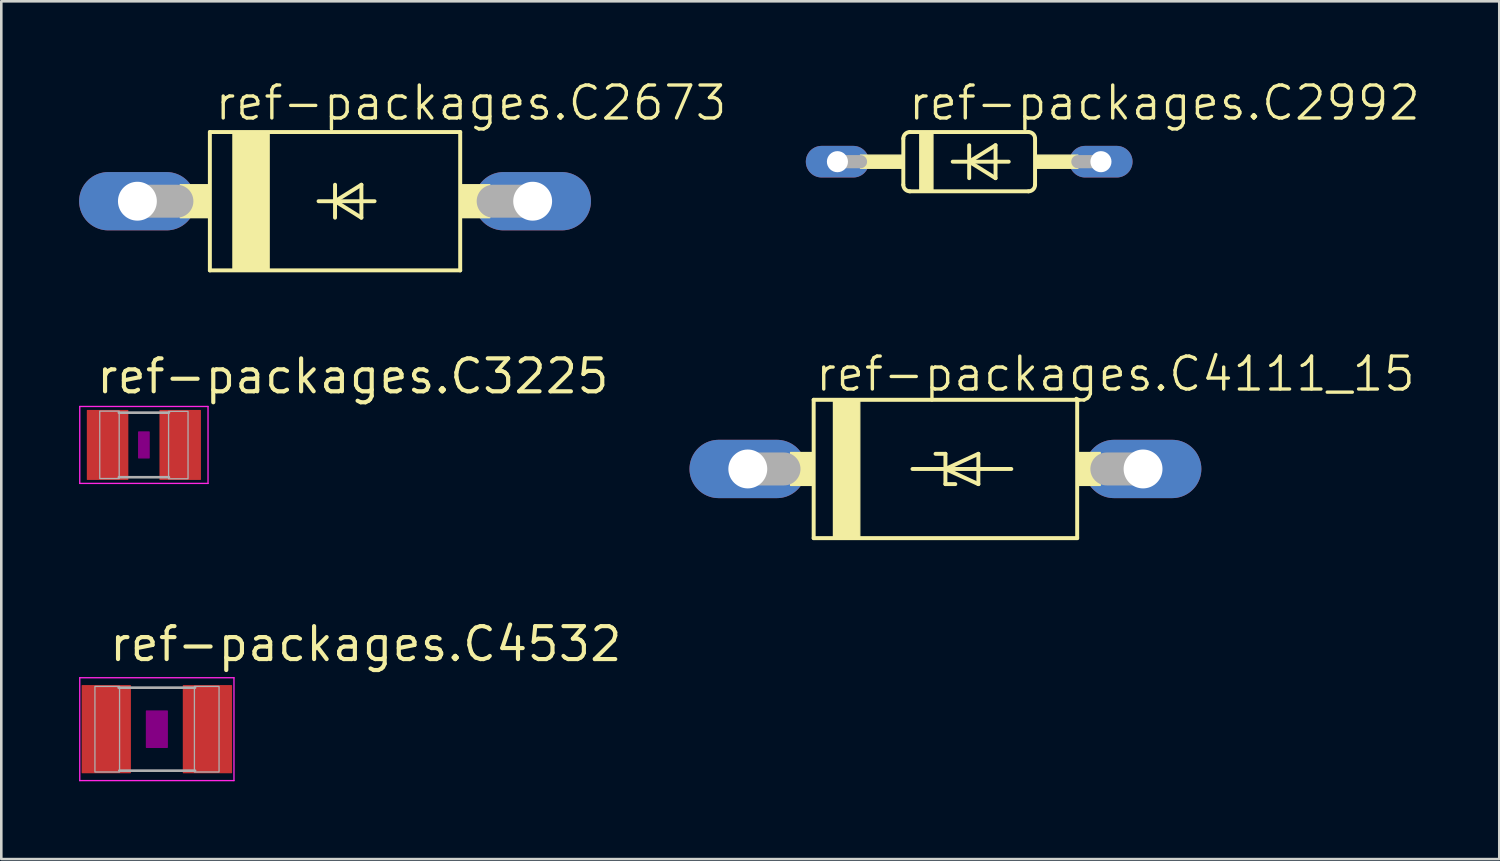
<source format=kicad_pcb>
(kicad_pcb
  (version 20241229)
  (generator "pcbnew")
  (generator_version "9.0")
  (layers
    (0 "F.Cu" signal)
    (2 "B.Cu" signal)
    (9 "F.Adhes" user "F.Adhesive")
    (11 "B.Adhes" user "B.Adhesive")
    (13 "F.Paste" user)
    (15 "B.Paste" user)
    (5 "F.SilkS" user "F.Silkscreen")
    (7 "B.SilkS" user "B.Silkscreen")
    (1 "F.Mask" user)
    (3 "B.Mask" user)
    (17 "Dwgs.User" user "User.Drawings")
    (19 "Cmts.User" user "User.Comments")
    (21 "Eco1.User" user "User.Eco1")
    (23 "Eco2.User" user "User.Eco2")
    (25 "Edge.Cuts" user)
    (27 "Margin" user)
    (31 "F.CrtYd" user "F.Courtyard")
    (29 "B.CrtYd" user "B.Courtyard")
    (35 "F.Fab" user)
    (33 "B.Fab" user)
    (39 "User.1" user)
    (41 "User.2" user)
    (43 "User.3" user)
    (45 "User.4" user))
  (footprint "ref-packages.C4111_15"
    (layer "F.Cu")
    (at 33.403 15.032)
    (property "Reference" "ref-packages.C4111_15" (at -5.08 -2.921 0) (layer "F.SilkS") (effects (font (size 1.27 1.27) (thickness 0.13)) (justify left bottom)))
    (attr through_hole)
    (fp_line (start -5.08 -2.667) (end 5.08 -2.667) (stroke (width 0.152) (type default)) (layer "F.SilkS"))
    (fp_line (start -5.08 2.667) (end -5.08 -2.667) (stroke (width 0.152) (type default)) (layer "F.SilkS"))
    (fp_line (start -1.27 0) (end 0 0) (stroke (width 0.152) (type default)) (layer "F.SilkS"))
    (fp_line (start -0.381 -0.584) (end 0 -0.584) (stroke (width 0.152) (type default)) (layer "F.SilkS"))
    (fp_line (start 0 -0.584) (end 0 0) (stroke (width 0.152) (type default)) (layer "F.SilkS"))
    (fp_line (start 0 0) (end 0 0.584) (stroke (width 0.152) (type default)) (layer "F.SilkS"))
    (fp_line (start 0 0) (end 1.27 -0.584) (stroke (width 0.152) (type default)) (layer "F.SilkS"))
    (fp_line (start 0 0) (end 2.54 0) (stroke (width 0.152) (type default)) (layer "F.SilkS"))
    (fp_line (start 0 0.584) (end 0.381 0.584) (stroke (width 0.152) (type default)) (layer "F.SilkS"))
    (fp_line (start 1.27 -0.584) (end 1.27 0.584) (stroke (width 0.152) (type default)) (layer "F.SilkS"))
    (fp_line (start 1.27 0.584) (end 0 0) (stroke (width 0.152) (type default)) (layer "F.SilkS"))
    (fp_line (start 5.08 -2.667) (end 5.08 2.667) (stroke (width 0.152) (type default)) (layer "F.SilkS"))
    (fp_line (start 5.08 2.667) (end -5.08 2.667) (stroke (width 0.152) (type default)) (layer "F.SilkS"))
    (fp_rect (start -5.969 0.635) (end -5.08 -0.635) (stroke (width 0.05) (type default)) (fill yes) (layer "F.SilkS"))
    (fp_rect (start -4.318 2.667) (end -3.302 -2.667) (stroke (width 0.05) (type default)) (fill yes) (layer "F.SilkS"))
    (fp_rect (start 5.08 0.635) (end 5.969 -0.635) (stroke (width 0.05) (type default)) (fill yes) (layer "F.SilkS"))
    (fp_line (start -7.62 0) (end -6.223 0) (stroke (width 1.27) (type default)) (layer "F.Fab"))
    (fp_line (start 7.62 0) (end 6.223 0) (stroke (width 1.27) (type default)) (layer "F.Fab"))
    (pad "A" thru_hole oval (at 7.62 0) (size 4.496 2.248) (drill 1.499) (layers "*.Cu" "*.Mask"))
    (pad "C" thru_hole oval (at -7.62 0) (size 4.496 2.248) (drill 1.499) (layers "*.Cu" "*.Mask")))
  (footprint "ref-packages.C4532"
    (layer "F.Cu")
    (at 2.998 25.065)
    (property "Reference" "ref-packages.C4532" (at -1.905 -2.54 0) (layer "F.SilkS") (effects (font (size 1.27 1.27) (thickness 0.16)) (justify left bottom)))
    (attr smd)
    (fp_rect (start -0.4 0.7) (end 0.4 -0.7) (stroke (width 0.05) (type default)) (fill yes) (layer "F.Adhes"))
    (fp_line (start -2.973 -1.983) (end 2.973 -1.983) (stroke (width 0.051) (type default)) (layer "F.CrtYd"))
    (fp_line (start -2.973 1.983) (end -2.973 -1.983) (stroke (width 0.051) (type default)) (layer "F.CrtYd"))
    (fp_line (start 2.973 -1.983) (end 2.973 1.983) (stroke (width 0.051) (type default)) (layer "F.CrtYd"))
    (fp_line (start 2.973 1.983) (end -2.973 1.983) (stroke (width 0.051) (type default)) (layer "F.CrtYd"))
    (fp_line (start -1.473 -1.6) (end 1.473 -1.6) (stroke (width 0.102) (type default)) (layer "F.Fab"))
    (fp_line (start -1.448 1.6) (end 1.473 1.6) (stroke (width 0.102) (type default)) (layer "F.Fab"))
    (fp_rect (start -2.388 1.651) (end -1.438 -1.649) (stroke (width 0.05) (type default)) (fill no) (layer "F.Fab"))
    (fp_rect (start 1.448 1.651) (end 2.398 -1.649) (stroke (width 0.05) (type default)) (fill no) (layer "F.Fab"))
    (pad "1" smd roundrect (at -1.95 0) (size 1.9 3.4) (layers "F.Cu" "F.Mask" "F.Paste") (roundrect_rratio 0.01))
    (pad "2" smd roundrect (at 1.95 0) (size 1.9 3.4) (layers "F.Cu" "F.Mask" "F.Paste") (roundrect_rratio 0.01)))
  (footprint "ref-packages.C2992"
    (layer "F.Cu")
    (at 34.319 3.184)
    (property "Reference" "ref-packages.C2992" (at -2.413 -1.524 0) (layer "F.SilkS") (effects (font (size 1.27 1.27) (thickness 0.13)) (justify left bottom)))
    (attr through_hole)
    (fp_line (start -2.54 -0.889) (end -2.54 0.889) (stroke (width 0.152) (type default)) (layer "F.SilkS"))
    (fp_line (start -2.286 -1.143) (end 2.286 -1.143) (stroke (width 0.152) (type default)) (layer "F.SilkS"))
    (fp_line (start -2.286 1.143) (end 2.286 1.143) (stroke (width 0.152) (type default)) (layer "F.SilkS"))
    (fp_line (start -0.635 0) (end 0 0) (stroke (width 0.152) (type default)) (layer "F.SilkS"))
    (fp_line (start 0 -0.635) (end 0 0) (stroke (width 0.152) (type default)) (layer "F.SilkS"))
    (fp_line (start 0 0) (end 0 0.635) (stroke (width 0.152) (type default)) (layer "F.SilkS"))
    (fp_line (start 0 0) (end 1.016 -0.635) (stroke (width 0.152) (type default)) (layer "F.SilkS"))
    (fp_line (start 0 0) (end 1.524 0) (stroke (width 0.152) (type default)) (layer "F.SilkS"))
    (fp_line (start 1.016 -0.635) (end 1.016 0.635) (stroke (width 0.152) (type default)) (layer "F.SilkS"))
    (fp_line (start 1.016 0.635) (end 0 0) (stroke (width 0.152) (type default)) (layer "F.SilkS"))
    (fp_line (start 2.54 0.889) (end 2.54 -0.889) (stroke (width 0.152) (type default)) (layer "F.SilkS"))
    (fp_rect (start -4.191 0.254) (end -2.54 -0.254) (stroke (width 0.05) (type default)) (fill yes) (layer "F.SilkS"))
    (fp_rect (start -1.905 1.143) (end -1.397 -1.143) (stroke (width 0.05) (type default)) (fill yes) (layer "F.SilkS"))
    (fp_rect (start 2.54 0.254) (end 4.191 -0.254) (stroke (width 0.05) (type default)) (fill yes) (layer "F.SilkS"))
    (fp_arc (start -2.54 -0.889) (mid -2.465605 -1.068605) (end -2.286 -1.143) (stroke (width 0.1524) (type default)) (layer "F.SilkS"))
    (fp_arc (start -2.286 1.143) (mid -2.465605 1.068605) (end -2.54 0.889) (stroke (width 0.1524) (type default)) (layer "F.SilkS"))
    (fp_arc (start 2.286 -1.143) (mid 2.465605 -1.068605) (end 2.54 -0.889) (stroke (width 0.1524) (type default)) (layer "F.SilkS"))
    (fp_arc (start 2.54 0.889) (mid 2.465605 1.068605) (end 2.286 1.143) (stroke (width 0.1524) (type default)) (layer "F.SilkS"))
    (fp_line (start -5.08 0) (end -4.191 0) (stroke (width 0.508) (type default)) (layer "F.Fab"))
    (fp_line (start 5.08 0) (end 4.191 0) (stroke (width 0.508) (type default)) (layer "F.Fab"))
    (pad "A" thru_hole oval (at 5.08 0) (size 2.438 1.219) (drill 0.813) (layers "*.Cu" "*.Mask"))
    (pad "C" thru_hole oval (at -5.08 0) (size 2.438 1.219) (drill 0.813) (layers "*.Cu" "*.Mask")))
  (footprint "ref-packages.C2673"
    (layer "F.Cu")
    (at 9.868 4.708)
    (property "Reference" "ref-packages.C2673" (at -4.699 -3.048 0) (layer "F.SilkS") (effects (font (size 1.27 1.27) (thickness 0.13)) (justify left bottom)))
    (attr through_hole)
    (fp_line (start -4.826 -2.667) (end -4.826 2.667) (stroke (width 0.152) (type default)) (layer "F.SilkS"))
    (fp_line (start -4.826 -2.667) (end 4.826 -2.667) (stroke (width 0.152) (type default)) (layer "F.SilkS"))
    (fp_line (start -0.635 0) (end 0 0) (stroke (width 0.152) (type default)) (layer "F.SilkS"))
    (fp_line (start 0 -0.635) (end 0 0) (stroke (width 0.152) (type default)) (layer "F.SilkS"))
    (fp_line (start 0 0) (end 0 0.635) (stroke (width 0.152) (type default)) (layer "F.SilkS"))
    (fp_line (start 0 0) (end 1.016 -0.635) (stroke (width 0.152) (type default)) (layer "F.SilkS"))
    (fp_line (start 0 0) (end 1.524 0) (stroke (width 0.152) (type default)) (layer "F.SilkS"))
    (fp_line (start 1.016 -0.635) (end 1.016 0.635) (stroke (width 0.152) (type default)) (layer "F.SilkS"))
    (fp_line (start 1.016 0.635) (end 0 0) (stroke (width 0.152) (type default)) (layer "F.SilkS"))
    (fp_line (start 4.826 2.667) (end -4.826 2.667) (stroke (width 0.152) (type default)) (layer "F.SilkS"))
    (fp_line (start 4.826 2.667) (end 4.826 -2.667) (stroke (width 0.152) (type default)) (layer "F.SilkS"))
    (fp_rect (start -5.969 0.635) (end -4.826 -0.635) (stroke (width 0.05) (type default)) (fill yes) (layer "F.SilkS"))
    (fp_rect (start -3.937 2.667) (end -2.54 -2.667) (stroke (width 0.05) (type default)) (fill yes) (layer "F.SilkS"))
    (fp_rect (start 4.826 0.635) (end 5.969 -0.635) (stroke (width 0.05) (type default)) (fill yes) (layer "F.SilkS"))
    (fp_line (start -7.62 0) (end -6.096 0) (stroke (width 1.27) (type default)) (layer "F.Fab"))
    (fp_line (start 7.62 0) (end 6.096 0) (stroke (width 1.27) (type default)) (layer "F.Fab"))
    (pad "A" thru_hole oval (at 7.62 0) (size 4.496 2.248) (drill 1.499) (layers "*.Cu" "*.Mask"))
    (pad "C" thru_hole oval (at -7.62 0) (size 4.496 2.248) (drill 1.499) (layers "*.Cu" "*.Mask")))
  (footprint "ref-packages.C3225"
    (layer "F.Cu")
    (at 2.498 14.106)
    (property "Reference" "ref-packages.C3225" (at -1.905 -1.905 0) (layer "F.SilkS") (effects (font (size 1.27 1.27) (thickness 0.16)) (justify left bottom)))
    (attr smd)
    (fp_rect (start -0.2 0.5) (end 0.2 -0.5) (stroke (width 0.05) (type default)) (fill yes) (layer "F.Adhes"))
    (fp_line (start -2.473 -1.483) (end 2.473 -1.483) (stroke (width 0.051) (type default)) (layer "F.CrtYd"))
    (fp_line (start -2.473 1.483) (end -2.473 -1.483) (stroke (width 0.051) (type default)) (layer "F.CrtYd"))
    (fp_line (start 2.473 -1.483) (end 2.473 1.483) (stroke (width 0.051) (type default)) (layer "F.CrtYd"))
    (fp_line (start 2.473 1.483) (end -2.473 1.483) (stroke (width 0.051) (type default)) (layer "F.CrtYd"))
    (fp_line (start -0.965 -1.245) (end 0.965 -1.245) (stroke (width 0.102) (type default)) (layer "F.Fab"))
    (fp_line (start -0.965 1.245) (end 0.965 1.245) (stroke (width 0.102) (type default)) (layer "F.Fab"))
    (fp_rect (start -1.702 1.295) (end -0.952 -1.304) (stroke (width 0.05) (type default)) (fill no) (layer "F.Fab"))
    (fp_rect (start 0.952 1.304) (end 1.702 -1.295) (stroke (width 0.05) (type default)) (fill no) (layer "F.Fab"))
    (pad "1" smd roundrect (at -1.4 0) (size 1.6 2.7) (layers "F.Cu" "F.Mask" "F.Paste") (roundrect_rratio 0.01))
    (pad "2" smd roundrect (at 1.4 0) (size 1.6 2.7) (layers "F.Cu" "F.Mask" "F.Paste") (roundrect_rratio 0.01)))
  (gr_rect
    (start -3 -3)
    (end 54.758 30.074)
    (stroke (width 0.1) (type default))
    (fill no)
    (layer "Edge.Cuts")))
</source>
